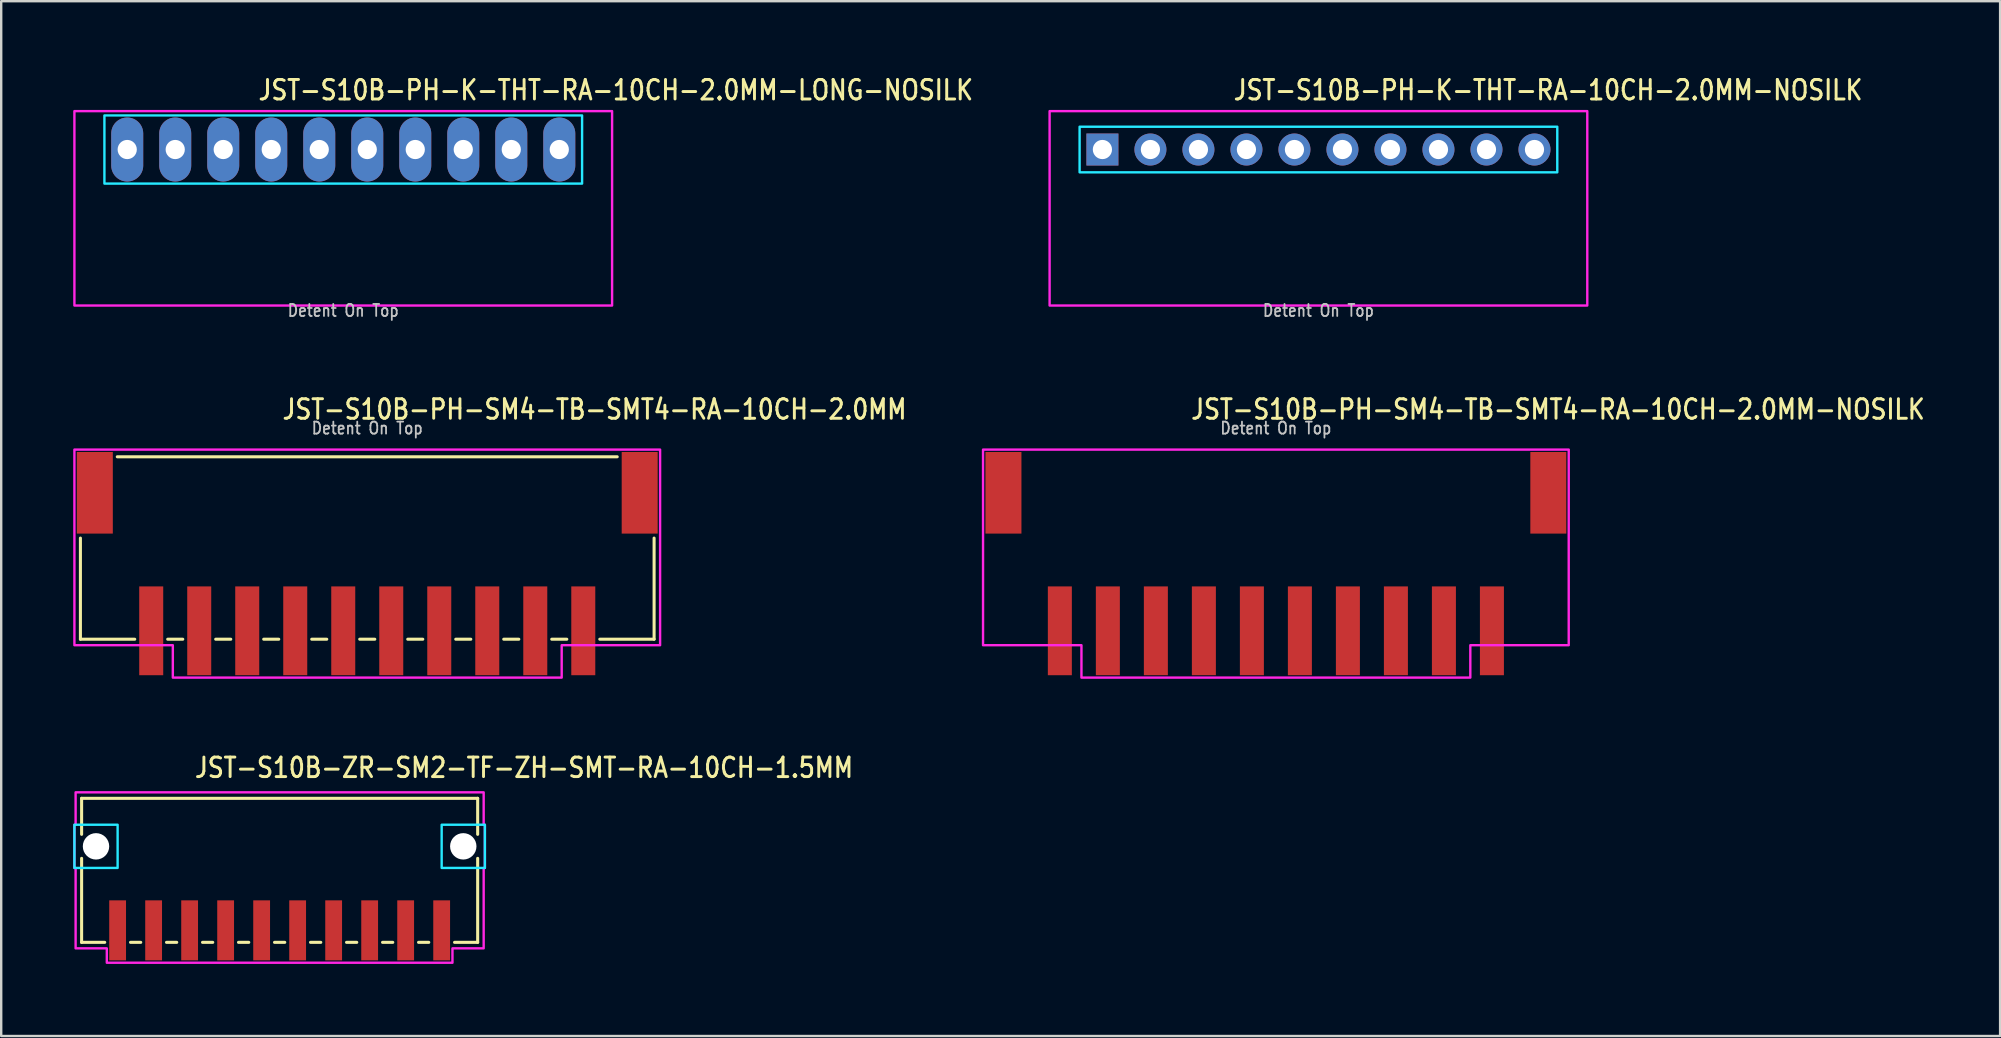
<source format=kicad_pcb>
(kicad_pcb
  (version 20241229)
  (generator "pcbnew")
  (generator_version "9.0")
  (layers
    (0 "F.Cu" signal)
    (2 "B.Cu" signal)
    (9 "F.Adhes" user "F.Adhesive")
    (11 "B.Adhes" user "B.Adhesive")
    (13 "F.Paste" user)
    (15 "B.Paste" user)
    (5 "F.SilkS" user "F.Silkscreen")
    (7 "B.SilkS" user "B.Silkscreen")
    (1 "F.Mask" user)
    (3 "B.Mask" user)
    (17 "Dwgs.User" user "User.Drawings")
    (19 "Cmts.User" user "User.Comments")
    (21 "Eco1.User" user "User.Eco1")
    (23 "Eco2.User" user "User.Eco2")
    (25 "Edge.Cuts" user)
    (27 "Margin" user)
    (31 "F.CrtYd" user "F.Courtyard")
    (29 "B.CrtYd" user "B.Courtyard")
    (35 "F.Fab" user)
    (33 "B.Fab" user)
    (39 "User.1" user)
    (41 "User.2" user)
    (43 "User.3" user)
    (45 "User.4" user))
  (footprint "JST-S10B-ZR-SM2-TF-ZH-SMT-RA-10CH-1.5MM"
    (layer "F.Cu")
    (at 8.6 32.209)
    (property "Reference" "JST-S10B-ZR-SM2-TF-ZH-SMT-RA-10CH-1.5MM" (at -3.6 -2.8 0) (unlocked yes) (layer "F.SilkS") (effects (font (size 0.813 0.695) (thickness 0.122)) (justify left bottom)))
    (fp_line (start -8.25 -2) (end -8.25 -0.5) (stroke (width 0.127) (type solid)) (layer "F.SilkS"))
    (fp_line (start -8.25 -2) (end 8.25 -2) (stroke (width 0.127) (type solid)) (layer "F.SilkS"))
    (fp_line (start -8.25 4) (end -8.25 0.5) (stroke (width 0.127) (type solid)) (layer "F.SilkS"))
    (fp_line (start -8.25 4) (end -7.287 4) (stroke (width 0.127) (type solid)) (layer "F.SilkS"))
    (fp_line (start -6.213 4) (end -5.787 4) (stroke (width 0.127) (type solid)) (layer "F.SilkS"))
    (fp_line (start -4.713 4) (end -4.287 4) (stroke (width 0.127) (type solid)) (layer "F.SilkS"))
    (fp_line (start -3.213 4) (end -2.787 4) (stroke (width 0.127) (type solid)) (layer "F.SilkS"))
    (fp_line (start -1.714 4) (end -1.286 4) (stroke (width 0.127) (type solid)) (layer "F.SilkS"))
    (fp_line (start -0.213 4) (end 0.213 4) (stroke (width 0.127) (type solid)) (layer "F.SilkS"))
    (fp_line (start 1.286 4) (end 1.714 4) (stroke (width 0.127) (type solid)) (layer "F.SilkS"))
    (fp_line (start 2.787 4) (end 3.213 4) (stroke (width 0.127) (type solid)) (layer "F.SilkS"))
    (fp_line (start 4.287 4) (end 4.713 4) (stroke (width 0.127) (type solid)) (layer "F.SilkS"))
    (fp_line (start 5.787 4) (end 6.213 4) (stroke (width 0.127) (type solid)) (layer "F.SilkS"))
    (fp_line (start 7.287 4) (end 8.25 4) (stroke (width 0.127) (type solid)) (layer "F.SilkS"))
    (fp_line (start 8.25 -0.5) (end 8.25 -2) (stroke (width 0.127) (type solid)) (layer "F.SilkS"))
    (fp_line (start 8.25 0.5) (end 8.25 4) (stroke (width 0.127) (type solid)) (layer "F.SilkS"))
    (fp_poly (pts (xy -8.55 -0.9) (xy -8.55 0.9) (xy -6.75 0.9) (xy -6.75 -0.9)) (stroke (width 0.1) (type solid)) (fill no) (layer "B.CrtYd"))
    (fp_poly (pts (xy 8.55 -0.9) (xy 8.55 0.9) (xy 6.75 0.9) (xy 6.75 -0.9)) (stroke (width 0.1) (type solid)) (fill no) (layer "B.CrtYd"))
    (fp_poly (pts (xy -8.5 -2.25) (xy -8.5 -0.9) (xy -8.55 -0.9) (xy -8.55 0.9) (xy -8.5 0.9) (xy -8.5 4.25) (xy -7.2 4.25) (xy -7.2 4.85) (xy 7.2 4.85) (xy 7.2 4.25) (xy 8.5 4.25) (xy 8.5 0.9) (xy 8.55 0.9) (xy 8.55 -0.9) (xy 8.5 -0.9) (xy 8.5 -2.25)) (stroke (width 0.1) (type solid)) (fill no) (layer "F.CrtYd"))
    (pad "" np_thru_hole circle (at -7.65 0) (size 1.1 1.1) (drill 1.1) (layers "*.Cu" "*.Mask"))
    (pad "" np_thru_hole circle (at 7.65 0) (size 1.1 1.1) (drill 1.1) (layers "*.Cu" "*.Mask"))
    (pad "1" smd rect (at 6.75 3.5) (size 0.7 2.5) (layers "F.Cu" "F.Mask" "F.Paste"))
    (pad "2" smd rect (at 5.25 3.5) (size 0.7 2.5) (layers "F.Cu" "F.Mask" "F.Paste"))
    (pad "3" smd rect (at 3.75 3.5) (size 0.7 2.5) (layers "F.Cu" "F.Mask" "F.Paste"))
    (pad "4" smd rect (at 2.25 3.5) (size 0.7 2.5) (layers "F.Cu" "F.Mask" "F.Paste"))
    (pad "5" smd rect (at 0.75 3.5) (size 0.7 2.5) (layers "F.Cu" "F.Mask" "F.Paste"))
    (pad "6" smd rect (at -0.75 3.5) (size 0.7 2.5) (layers "F.Cu" "F.Mask" "F.Paste"))
    (pad "7" smd rect (at -2.25 3.5) (size 0.7 2.5) (layers "F.Cu" "F.Mask" "F.Paste"))
    (pad "8" smd rect (at -3.75 3.5) (size 0.7 2.5) (layers "F.Cu" "F.Mask" "F.Paste"))
    (pad "9" smd rect (at -5.25 3.5) (size 0.7 2.5) (layers "F.Cu" "F.Mask" "F.Paste"))
    (pad "10" smd rect (at -6.75 3.5) (size 0.7 2.5) (layers "F.Cu" "F.Mask" "F.Paste")))
  (footprint "JST-S10B-PH-K-THT-RA-10CH-2.0MM-LONG-NOSILK"
    (layer "F.Cu")
    (at 11.25 3.179)
    (property "Reference" "JST-S10B-PH-K-THT-RA-10CH-2.0MM-LONG-NOSILK" (at -3.6 -2 0) (unlocked yes) (layer "F.SilkS") (effects (font (size 0.813 0.695) (thickness 0.122)) (justify left bottom)))
    (fp_poly (pts (xy -9.95 -1.42) (xy -9.95 1.42) (xy 9.95 1.42) (xy 9.95 -1.42)) (stroke (width 0.1) (type solid)) (fill no) (layer "B.CrtYd"))
    (fp_poly (pts (xy -11.2 -1.6) (xy -11.2 6.5) (xy 11.2 6.5) (xy 11.2 -1.6)) (stroke (width 0.1) (type solid)) (fill no) (layer "F.CrtYd"))
    (fp_text user "Detent On Top" (at 0 7 0) (unlocked yes) (layer "Dwgs.User") (effects (font (size 0.5 0.427) (thickness 0.075)) (justify bottom)))
    (pad "1" thru_hole oval (at -9 0 90) (size 2.667 1.333) (drill 0.8) (layers "*.Cu" "*.Mask"))
    (pad "2" thru_hole oval (at -7 0 90) (size 2.667 1.333) (drill 0.8) (layers "*.Cu" "*.Mask"))
    (pad "3" thru_hole oval (at -5 0 90) (size 2.667 1.333) (drill 0.8) (layers "*.Cu" "*.Mask"))
    (pad "4" thru_hole oval (at -3 0 90) (size 2.667 1.333) (drill 0.8) (layers "*.Cu" "*.Mask"))
    (pad "5" thru_hole oval (at -1 0 90) (size 2.667 1.333) (drill 0.8) (layers "*.Cu" "*.Mask"))
    (pad "6" thru_hole oval (at 1 0 90) (size 2.667 1.333) (drill 0.8) (layers "*.Cu" "*.Mask"))
    (pad "7" thru_hole oval (at 3 0 90) (size 2.667 1.333) (drill 0.8) (layers "*.Cu" "*.Mask"))
    (pad "8" thru_hole oval (at 5 0 90) (size 2.667 1.333) (drill 0.8) (layers "*.Cu" "*.Mask"))
    (pad "9" thru_hole oval (at 7 0 90) (size 2.667 1.333) (drill 0.8) (layers "*.Cu" "*.Mask"))
    (pad "10" thru_hole oval (at 9 0 90) (size 2.667 1.333) (drill 0.8) (layers "*.Cu" "*.Mask")))
  (footprint "JST-S10B-PH-SM4-TB-SMT4-RA-10CH-2.0MM-NOSILK"
    (layer "F.Cu")
    (at 50.104 17.48)
    (property "Reference" "JST-S10B-PH-SM4-TB-SMT4-RA-10CH-2.0MM-NOSILK" (at -3.6 -3 0) (unlocked yes) (layer "F.SilkS") (effects (font (size 0.813 0.695) (thickness 0.122)) (justify left bottom)))
    (fp_poly (pts (xy -12.2 -1.8) (xy -12.2 6.35) (xy -8.1 6.35) (xy -8.1 7.7) (xy 8.1 7.7) (xy 8.1 6.35) (xy 12.2 6.35) (xy 12.2 -1.8)) (stroke (width 0.1) (type solid)) (fill no) (layer "F.CrtYd"))
    (fp_text user "Detent On Top" (at 0 -2.4 0) (unlocked yes) (layer "Dwgs.User") (effects (font (size 0.5 0.427) (thickness 0.075)) (justify bottom)))
    (pad "1" smd rect (at 9 5.75) (size 1 3.7) (layers "F.Cu" "F.Mask" "F.Paste"))
    (pad "2" smd rect (at 7 5.75) (size 1 3.7) (layers "F.Cu" "F.Mask" "F.Paste"))
    (pad "3" smd rect (at 5 5.75) (size 1 3.7) (layers "F.Cu" "F.Mask" "F.Paste"))
    (pad "4" smd rect (at 3 5.75) (size 1 3.7) (layers "F.Cu" "F.Mask" "F.Paste"))
    (pad "5" smd rect (at 1 5.75) (size 1 3.7) (layers "F.Cu" "F.Mask" "F.Paste"))
    (pad "6" smd rect (at -1 5.75) (size 1 3.7) (layers "F.Cu" "F.Mask" "F.Paste"))
    (pad "7" smd rect (at -3 5.75) (size 1 3.7) (layers "F.Cu" "F.Mask" "F.Paste"))
    (pad "8" smd rect (at -5 5.75) (size 1 3.7) (layers "F.Cu" "F.Mask" "F.Paste"))
    (pad "9" smd rect (at -7 5.75) (size 1 3.7) (layers "F.Cu" "F.Mask" "F.Paste"))
    (pad "10" smd rect (at -9 5.75) (size 1 3.7) (layers "F.Cu" "F.Mask" "F.Paste"))
    (pad "S_1" smd rect (at -11.35 0) (size 1.5 3.4) (layers "F.Cu" "F.Mask" "F.Paste"))
    (pad "S_2" smd rect (at 11.35 0) (size 1.5 3.4) (layers "F.Cu" "F.Mask" "F.Paste")))
  (footprint "JST-S10B-PH-SM4-TB-SMT4-RA-10CH-2.0MM"
    (layer "F.Cu")
    (at 12.25 17.48)
    (property "Reference" "JST-S10B-PH-SM4-TB-SMT4-RA-10CH-2.0MM" (at -3.6 -3 0) (unlocked yes) (layer "F.SilkS") (effects (font (size 0.813 0.695) (thickness 0.122)) (justify left bottom)))
    (fp_line (start -11.95 6.1) (end -11.95 1.887) (stroke (width 0.127) (type solid)) (layer "F.SilkS"))
    (fp_line (start -11.95 6.1) (end -9.687 6.1) (stroke (width 0.127) (type solid)) (layer "F.SilkS"))
    (fp_line (start -10.414 -1.5) (end 10.414 -1.5) (stroke (width 0.127) (type solid)) (layer "F.SilkS"))
    (fp_line (start -8.313 6.1) (end -7.686 6.1) (stroke (width 0.127) (type solid)) (layer "F.SilkS"))
    (fp_line (start -6.314 6.1) (end -5.686 6.1) (stroke (width 0.127) (type solid)) (layer "F.SilkS"))
    (fp_line (start -4.314 6.1) (end -3.687 6.1) (stroke (width 0.127) (type solid)) (layer "F.SilkS"))
    (fp_line (start -2.313 6.1) (end -1.687 6.1) (stroke (width 0.127) (type solid)) (layer "F.SilkS"))
    (fp_line (start -0.314 6.1) (end 0.314 6.1) (stroke (width 0.127) (type solid)) (layer "F.SilkS"))
    (fp_line (start 1.687 6.1) (end 2.313 6.1) (stroke (width 0.127) (type solid)) (layer "F.SilkS"))
    (fp_line (start 3.687 6.1) (end 4.314 6.1) (stroke (width 0.127) (type solid)) (layer "F.SilkS"))
    (fp_line (start 5.686 6.1) (end 6.314 6.1) (stroke (width 0.127) (type solid)) (layer "F.SilkS"))
    (fp_line (start 7.686 6.1) (end 8.313 6.1) (stroke (width 0.127) (type solid)) (layer "F.SilkS"))
    (fp_line (start 9.687 6.1) (end 11.95 6.1) (stroke (width 0.127) (type solid)) (layer "F.SilkS"))
    (fp_line (start 11.95 1.887) (end 11.95 6.1) (stroke (width 0.127) (type solid)) (layer "F.SilkS"))
    (fp_poly (pts (xy -12.2 -1.8) (xy -12.2 6.35) (xy -8.1 6.35) (xy -8.1 7.7) (xy 8.1 7.7) (xy 8.1 6.35) (xy 12.2 6.35) (xy 12.2 -1.8)) (stroke (width 0.1) (type solid)) (fill no) (layer "F.CrtYd"))
    (fp_text user "Detent On Top" (at 0 -2.4 0) (unlocked yes) (layer "Dwgs.User") (effects (font (size 0.5 0.427) (thickness 0.075)) (justify bottom)))
    (pad "1" smd rect (at 9 5.75) (size 1 3.7) (layers "F.Cu" "F.Mask" "F.Paste"))
    (pad "2" smd rect (at 7 5.75) (size 1 3.7) (layers "F.Cu" "F.Mask" "F.Paste"))
    (pad "3" smd rect (at 5 5.75) (size 1 3.7) (layers "F.Cu" "F.Mask" "F.Paste"))
    (pad "4" smd rect (at 3 5.75) (size 1 3.7) (layers "F.Cu" "F.Mask" "F.Paste"))
    (pad "5" smd rect (at 1 5.75) (size 1 3.7) (layers "F.Cu" "F.Mask" "F.Paste"))
    (pad "6" smd rect (at -1 5.75) (size 1 3.7) (layers "F.Cu" "F.Mask" "F.Paste"))
    (pad "7" smd rect (at -3 5.75) (size 1 3.7) (layers "F.Cu" "F.Mask" "F.Paste"))
    (pad "8" smd rect (at -5 5.75) (size 1 3.7) (layers "F.Cu" "F.Mask" "F.Paste"))
    (pad "9" smd rect (at -7 5.75) (size 1 3.7) (layers "F.Cu" "F.Mask" "F.Paste"))
    (pad "10" smd rect (at -9 5.75) (size 1 3.7) (layers "F.Cu" "F.Mask" "F.Paste"))
    (pad "S_1" smd rect (at -11.35 0) (size 1.5 3.4) (layers "F.Cu" "F.Mask" "F.Paste"))
    (pad "S_2" smd rect (at 11.35 0) (size 1.5 3.4) (layers "F.Cu" "F.Mask" "F.Paste")))
  (footprint "JST-S10B-PH-K-THT-RA-10CH-2.0MM-NOSILK"
    (layer "F.Cu")
    (at 51.877 3.179)
    (property "Reference" "JST-S10B-PH-K-THT-RA-10CH-2.0MM-NOSILK" (at -3.6 -2 0) (unlocked yes) (layer "F.SilkS") (effects (font (size 0.813 0.695) (thickness 0.122)) (justify left bottom)))
    (fp_poly (pts (xy -9.95 -0.95) (xy -9.95 0.95) (xy 9.95 0.95) (xy 9.95 -0.95)) (stroke (width 0.1) (type solid)) (fill no) (layer "B.CrtYd"))
    (fp_poly (pts (xy -11.2 -1.6) (xy -11.2 6.5) (xy 11.2 6.5) (xy 11.2 -1.6)) (stroke (width 0.1) (type solid)) (fill no) (layer "F.CrtYd"))
    (fp_text user "Detent On Top" (at 0 7 0) (unlocked yes) (layer "Dwgs.User") (effects (font (size 0.5 0.427) (thickness 0.075)) (justify bottom)))
    (pad "1" thru_hole rect (at -9 0) (size 1.333 1.333) (drill 0.8) (layers "*.Cu" "*.Mask"))
    (pad "2" thru_hole oval (at -7 0) (size 1.333 1.333) (drill 0.8) (layers "*.Cu" "*.Mask"))
    (pad "3" thru_hole oval (at -5 0) (size 1.333 1.333) (drill 0.8) (layers "*.Cu" "*.Mask"))
    (pad "4" thru_hole oval (at -3 0) (size 1.333 1.333) (drill 0.8) (layers "*.Cu" "*.Mask"))
    (pad "5" thru_hole oval (at -1 0) (size 1.333 1.333) (drill 0.8) (layers "*.Cu" "*.Mask"))
    (pad "6" thru_hole oval (at 1 0) (size 1.333 1.333) (drill 0.8) (layers "*.Cu" "*.Mask"))
    (pad "7" thru_hole oval (at 3 0) (size 1.333 1.333) (drill 0.8) (layers "*.Cu" "*.Mask"))
    (pad "8" thru_hole oval (at 5 0) (size 1.333 1.333) (drill 0.8) (layers "*.Cu" "*.Mask"))
    (pad "9" thru_hole oval (at 7 0) (size 1.333 1.333) (drill 0.8) (layers "*.Cu" "*.Mask"))
    (pad "10" thru_hole oval (at 9 0) (size 1.333 1.333) (drill 0.8) (layers "*.Cu" "*.Mask")))
  (gr_rect
    (start -3 -3)
    (end 80.276 40.109)
    (stroke (width 0.1) (type default))
    (fill no)
    (layer "Edge.Cuts")))
</source>
